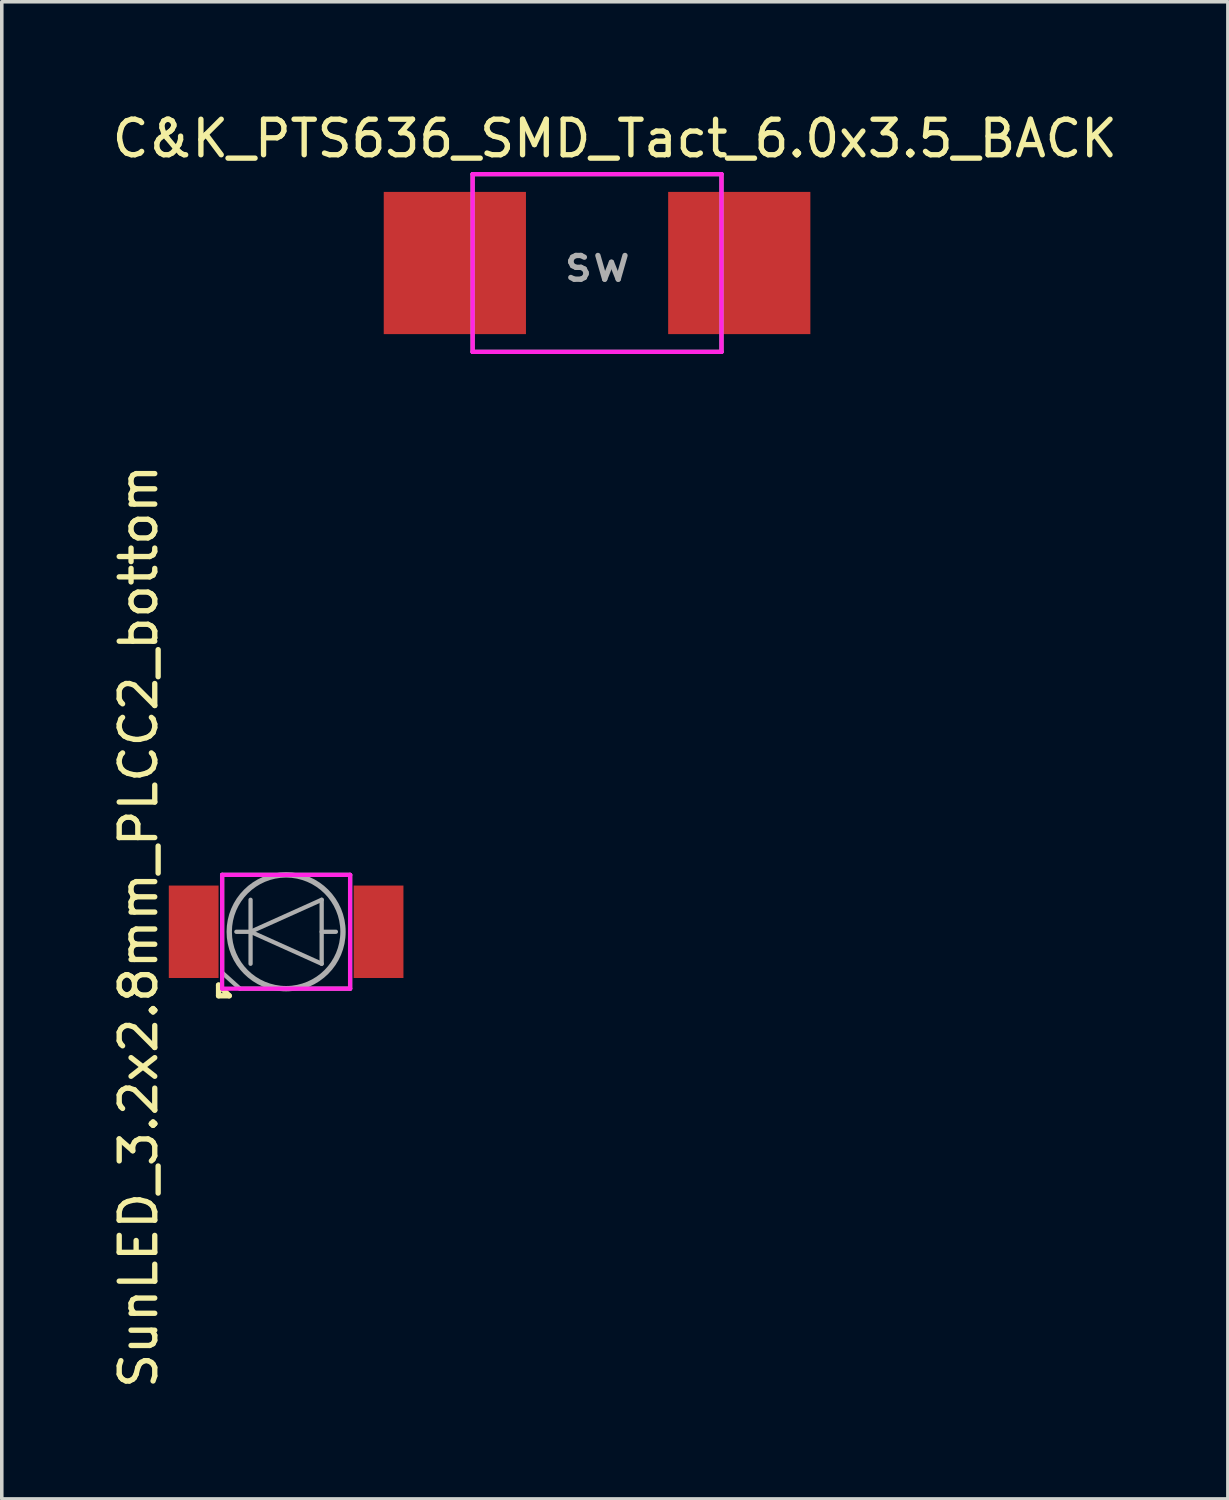
<source format=kicad_pcb>
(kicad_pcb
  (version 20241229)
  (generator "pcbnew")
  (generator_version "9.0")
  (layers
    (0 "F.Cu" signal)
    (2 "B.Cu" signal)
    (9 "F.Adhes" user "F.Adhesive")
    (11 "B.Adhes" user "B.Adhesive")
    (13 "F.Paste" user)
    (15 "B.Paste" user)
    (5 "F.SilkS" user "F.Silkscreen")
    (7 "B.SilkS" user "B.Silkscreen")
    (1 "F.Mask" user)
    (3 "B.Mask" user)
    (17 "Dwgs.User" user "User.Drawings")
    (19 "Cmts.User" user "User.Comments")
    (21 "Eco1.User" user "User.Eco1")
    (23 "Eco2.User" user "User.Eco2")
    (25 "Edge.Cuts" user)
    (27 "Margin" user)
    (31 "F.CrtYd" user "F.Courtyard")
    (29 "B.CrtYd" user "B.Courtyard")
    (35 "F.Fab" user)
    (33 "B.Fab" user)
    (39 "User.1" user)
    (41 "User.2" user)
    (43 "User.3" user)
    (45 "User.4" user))
  (footprint "SunLED_3.2x2.8mm_PLCC2_bottom"
    (layer "F.Cu")
    (at 4.998 23.159)
    (property "Reference" "SunLED_3.2x2.8mm_PLCC2_bottom" (at -4.15 -0.15 90) (layer "F.SilkS") (effects (font (size 1 1) (thickness 0.15))))
    (attr smd)
    (fp_line (start -1.9 1.5) (end -1.9 1.8) (stroke (width 0.15) (type solid)) (layer "F.SilkS"))
    (fp_line (start -1.9 1.8) (end -1.6 1.8) (stroke (width 0.15) (type solid)) (layer "F.SilkS"))
    (fp_line (start -1.6 1.8) (end -1.9 1.5) (stroke (width 0.15) (type solid)) (layer "F.SilkS"))
    (fp_line (start -1.8 -1.6) (end 1.8 -1.6) (stroke (width 0.12) (type solid)) (layer "F.CrtYd"))
    (fp_line (start -1.8 1.6) (end -1.8 -1.6) (stroke (width 0.12) (type solid)) (layer "F.CrtYd"))
    (fp_line (start 1.8 -1.6) (end 1.8 1.6) (stroke (width 0.12) (type solid)) (layer "F.CrtYd"))
    (fp_line (start 1.8 1.6) (end -1.8 1.6) (stroke (width 0.12) (type solid)) (layer "F.CrtYd"))
    (fp_line (start -1.8 -1.6) (end 1.8 -1.6) (stroke (width 0.12) (type solid)) (layer "F.Fab"))
    (fp_line (start -1.8 1.15) (end -1.8 -1.6) (stroke (width 0.12) (type solid)) (layer "F.Fab"))
    (fp_line (start -1.3 1.6) (end -1.8 1.15) (stroke (width 0.12) (type solid)) (layer "F.Fab"))
    (fp_line (start -1 -0.9) (end -1 0.9) (stroke (width 0.12) (type solid)) (layer "F.Fab"))
    (fp_line (start -1 0) (end -1.4 0) (stroke (width 0.12) (type solid)) (layer "F.Fab"))
    (fp_line (start -1 0) (end 1 -0.9) (stroke (width 0.12) (type solid)) (layer "F.Fab"))
    (fp_line (start 1 -0.9) (end 1 0.9) (stroke (width 0.12) (type solid)) (layer "F.Fab"))
    (fp_line (start 1 0) (end 1.4 0) (stroke (width 0.12) (type solid)) (layer "F.Fab"))
    (fp_line (start 1 0.9) (end -1 0) (stroke (width 0.12) (type solid)) (layer "F.Fab"))
    (fp_line (start 1.8 -1.6) (end 1.8 1.6) (stroke (width 0.12) (type solid)) (layer "F.Fab"))
    (fp_line (start 1.8 1.6) (end -1.3 1.6) (stroke (width 0.12) (type solid)) (layer "F.Fab"))
    (fp_circle (center 0 0) (end 1.6 0) (stroke (width 0.15) (type solid)) (fill no) (layer "F.Fab"))
    (pad "1" smd rect (at -2.6 0) (size 1.4 2.6) (layers "F.Cu" "F.Mask" "F.Paste"))
    (pad "2" smd rect (at 2.6 0) (size 1.4 2.6) (layers "F.Cu" "F.Mask" "F.Paste")))
  (footprint "C&K_PTS636_SMD_Tact_6.0x3.5_BACK"
    (layer "F.Cu")
    (at 13.744 4.348)
    (property "Reference" "C&K_PTS636_SMD_Tact_6.0x3.5_BACK" (at 0.5 -3.5 0) (layer "F.SilkS") (effects (font (size 1 1) (thickness 0.15))))
    (attr through_hole)
    (fp_line (start -3.5 -2.5) (end 3.5 -2.5) (stroke (width 0.12) (type solid)) (layer "F.CrtYd"))
    (fp_line (start -3.5 2.5) (end -3.5 -2.5) (stroke (width 0.12) (type solid)) (layer "F.CrtYd"))
    (fp_line (start 3.5 -2.5) (end 3.5 2.5) (stroke (width 0.12) (type solid)) (layer "F.CrtYd"))
    (fp_line (start 3.5 2.5) (end -3.5 2.5) (stroke (width 0.12) (type solid)) (layer "F.CrtYd"))
    (fp_line (start -3.5 -2.5) (end 3.5 -2.5) (stroke (width 0.12) (type solid)) (layer "F.Fab"))
    (fp_line (start -3.5 2.5) (end -3.5 -2.5) (stroke (width 0.12) (type solid)) (layer "F.Fab"))
    (fp_line (start 3.5 -2.5) (end 3.5 2.5) (stroke (width 0.12) (type solid)) (layer "F.Fab"))
    (fp_line (start 3.5 2.5) (end -3.5 2.5) (stroke (width 0.12) (type solid)) (layer "F.Fab"))
    (fp_text user "sw" (at 0 0 0) (layer "F.Fab") (effects (font (size 1 1) (thickness 0.15))))
    (pad "1" smd rect (at -4 0) (size 4 4) (layers "F.Cu" "F.Mask" "F.Paste"))
    (pad "2" smd rect (at 4 0) (size 4 4) (layers "F.Cu" "F.Mask" "F.Paste")))
  (gr_rect
    (start -3 -3)
    (end 31.488 39.111)
    (stroke (width 0.1) (type default))
    (fill no)
    (layer "Edge.Cuts")))
</source>
